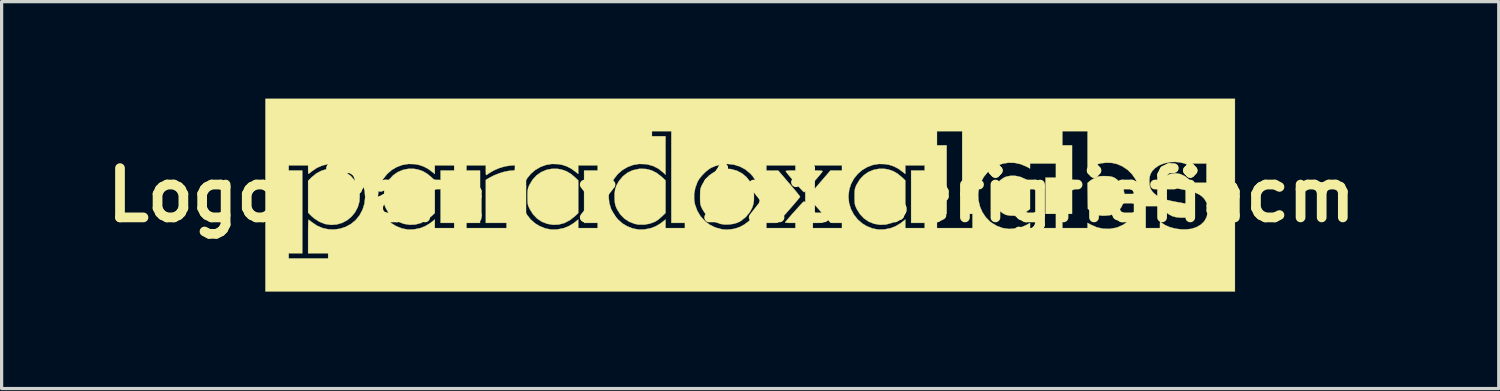
<source format=kicad_pcb>
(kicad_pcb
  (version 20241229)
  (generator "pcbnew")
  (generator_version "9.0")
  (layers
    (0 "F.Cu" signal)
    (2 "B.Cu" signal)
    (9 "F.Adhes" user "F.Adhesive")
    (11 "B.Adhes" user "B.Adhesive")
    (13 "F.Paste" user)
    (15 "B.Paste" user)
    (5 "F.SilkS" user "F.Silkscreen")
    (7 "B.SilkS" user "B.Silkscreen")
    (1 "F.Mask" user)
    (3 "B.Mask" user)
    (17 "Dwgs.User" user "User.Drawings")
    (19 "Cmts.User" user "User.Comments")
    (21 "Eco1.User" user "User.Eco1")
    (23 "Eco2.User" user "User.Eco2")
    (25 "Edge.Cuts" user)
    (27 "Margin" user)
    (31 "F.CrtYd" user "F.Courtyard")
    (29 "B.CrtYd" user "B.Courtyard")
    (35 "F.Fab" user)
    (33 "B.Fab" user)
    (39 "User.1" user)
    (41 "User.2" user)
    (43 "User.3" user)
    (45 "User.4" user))
  (footprint "Logo Paradoxa 1x1 serigriafiacm "
    (layer "F.Cu")
    (at 20.146 2.983)
    (property "Reference" "Logo Paradoxa 1x1 serigriafiacm " (at 0 0 0) (layer "F.SilkS") (effects (font (size 1.524 1.524) (thickness 0.3))))
    (attr through_hole)
    (fp_poly (pts (xy -12.775 -0.804) (xy -12.619 -0.76) (xy -12.473 -0.687) (xy -12.344 -0.586) (xy -12.234 -0.459) (xy -12.148 -0.306) (xy -12.101 -0.169) (xy -12.073 0.016) (xy -12.083 0.196) (xy -12.132 0.369) (xy -12.218 0.531) (xy -12.323 0.66) (xy -12.458 0.774) (xy -12.613 0.857) (xy -12.78 0.906) (xy -12.954 0.92) (xy -13.128 0.896) (xy -13.15 0.891) (xy -13.32 0.824) (xy -13.477 0.724) (xy -13.563 0.649) (xy -13.669 0.542) (xy -13.669 -0.442) (xy -13.563 -0.549) (xy -13.419 -0.667) (xy -13.264 -0.751) (xy -13.102 -0.801) (xy -12.938 -0.818) (xy -12.775 -0.804)) (stroke (width 0.01) (type solid)) (fill yes) (layer "F.SilkS"))
    (fp_poly (pts (xy 8.207 -0.595) (xy 8.36 -0.561) (xy 8.5 -0.498) (xy 8.561 -0.458) (xy 8.652 -0.39) (xy 8.652 0.43) (xy 8.561 0.498) (xy 8.487 0.546) (xy 8.403 0.588) (xy 8.367 0.603) (xy 8.262 0.627) (xy 8.141 0.636) (xy 8.02 0.631) (xy 7.915 0.612) (xy 7.9 0.607) (xy 7.805 0.557) (xy 7.71 0.481) (xy 7.627 0.388) (xy 7.578 0.312) (xy 7.552 0.258) (xy 7.536 0.208) (xy 7.528 0.149) (xy 7.525 0.069) (xy 7.524 0.02) (xy 7.526 -0.074) (xy 7.531 -0.142) (xy 7.543 -0.194) (xy 7.564 -0.245) (xy 7.578 -0.272) (xy 7.649 -0.376) (xy 7.741 -0.468) (xy 7.844 -0.539) (xy 7.908 -0.568) (xy 8.053 -0.598) (xy 8.207 -0.595)) (stroke (width 0.01) (type solid)) (fill yes) (layer "F.SilkS"))
    (fp_poly (pts (xy -10.385 -0.812) (xy -10.261 -0.788) (xy -10.117 -0.737) (xy -9.984 -0.658) (xy -9.857 -0.553) (xy -9.752 -0.454) (xy -9.752 0.554) (xy -9.857 0.653) (xy -10.013 0.776) (xy -10.179 0.862) (xy -10.353 0.909) (xy -10.533 0.917) (xy -10.712 0.887) (xy -10.878 0.823) (xy -11.025 0.724) (xy -11.151 0.593) (xy -11.252 0.431) (xy -11.256 0.422) (xy -11.284 0.364) (xy -11.302 0.316) (xy -11.313 0.267) (xy -11.319 0.207) (xy -11.321 0.125) (xy -11.321 0.05) (xy -11.32 -0.053) (xy -11.317 -0.128) (xy -11.31 -0.184) (xy -11.297 -0.233) (xy -11.275 -0.286) (xy -11.257 -0.325) (xy -11.162 -0.482) (xy -11.04 -0.612) (xy -10.897 -0.712) (xy -10.737 -0.78) (xy -10.565 -0.814) (xy -10.385 -0.812)) (stroke (width 0.01) (type solid)) (fill yes) (layer "F.SilkS"))
    (fp_poly (pts (xy -5.949 -0.812) (xy -5.825 -0.788) (xy -5.681 -0.737) (xy -5.547 -0.658) (xy -5.421 -0.553) (xy -5.316 -0.454) (xy -5.316 0.554) (xy -5.421 0.653) (xy -5.577 0.776) (xy -5.743 0.862) (xy -5.917 0.909) (xy -6.097 0.917) (xy -6.275 0.887) (xy -6.442 0.823) (xy -6.589 0.724) (xy -6.714 0.593) (xy -6.816 0.431) (xy -6.82 0.422) (xy -6.847 0.364) (xy -6.866 0.316) (xy -6.877 0.267) (xy -6.882 0.207) (xy -6.884 0.125) (xy -6.885 0.05) (xy -6.884 -0.053) (xy -6.881 -0.128) (xy -6.874 -0.184) (xy -6.86 -0.233) (xy -6.839 -0.286) (xy -6.82 -0.325) (xy -6.725 -0.482) (xy -6.604 -0.612) (xy -6.461 -0.712) (xy -6.301 -0.78) (xy -6.129 -0.814) (xy -5.949 -0.812)) (stroke (width 0.01) (type solid)) (fill yes) (layer "F.SilkS"))
    (fp_poly (pts (xy 4.163 -0.812) (xy 4.287 -0.788) (xy 4.431 -0.737) (xy 4.565 -0.658) (xy 4.691 -0.553) (xy 4.796 -0.454) (xy 4.796 0.554) (xy 4.691 0.653) (xy 4.535 0.776) (xy 4.369 0.862) (xy 4.196 0.909) (xy 4.015 0.917) (xy 3.837 0.887) (xy 3.67 0.823) (xy 3.523 0.724) (xy 3.398 0.593) (xy 3.296 0.431) (xy 3.292 0.422) (xy 3.265 0.364) (xy 3.246 0.316) (xy 3.235 0.267) (xy 3.23 0.207) (xy 3.228 0.125) (xy 3.227 0.05) (xy 3.228 -0.053) (xy 3.231 -0.128) (xy 3.238 -0.184) (xy 3.252 -0.233) (xy 3.273 -0.286) (xy 3.292 -0.325) (xy 3.387 -0.482) (xy 3.508 -0.612) (xy 3.651 -0.712) (xy 3.811 -0.78) (xy 3.983 -0.814) (xy 4.163 -0.812)) (stroke (width 0.01) (type solid)) (fill yes) (layer "F.SilkS"))
    (fp_poly (pts (xy -3.226 -0.809) (xy -3.055 -0.767) (xy -2.893 -0.686) (xy -2.738 -0.567) (xy -2.723 -0.553) (xy -2.618 -0.454) (xy -2.618 0.553) (xy -2.734 0.664) (xy -2.802 0.724) (xy -2.872 0.778) (xy -2.929 0.815) (xy -2.933 0.817) (xy -3.099 0.881) (xy -3.276 0.913) (xy -3.453 0.911) (xy -3.572 0.888) (xy -3.743 0.822) (xy -3.892 0.723) (xy -4.018 0.594) (xy -4.116 0.438) (xy -4.122 0.425) (xy -4.154 0.352) (xy -4.174 0.286) (xy -4.186 0.214) (xy -4.192 0.12) (xy -4.193 0.098) (xy -4.192 -0.055) (xy -4.174 -0.183) (xy -4.134 -0.299) (xy -4.069 -0.416) (xy -4.052 -0.443) (xy -3.934 -0.584) (xy -3.793 -0.693) (xy -3.632 -0.769) (xy -3.451 -0.809) (xy -3.407 -0.814) (xy -3.226 -0.809)) (stroke (width 0.01) (type solid)) (fill yes) (layer "F.SilkS"))
    (fp_poly (pts (xy 11.099 -0.583) (xy 11.2 -0.563) (xy 11.285 -0.524) (xy 11.366 -0.461) (xy 11.411 -0.417) (xy 11.493 -0.305) (xy 11.546 -0.174) (xy 11.571 -0.032) (xy 11.566 0.114) (xy 11.532 0.254) (xy 11.47 0.381) (xy 11.41 0.455) (xy 11.321 0.536) (xy 11.23 0.589) (xy 11.126 0.62) (xy 10.995 0.634) (xy 10.991 0.634) (xy 10.899 0.636) (xy 10.83 0.631) (xy 10.77 0.617) (xy 10.703 0.591) (xy 10.626 0.554) (xy 10.553 0.511) (xy 10.514 0.483) (xy 10.442 0.425) (xy 10.436 0.025) (xy 10.431 -0.375) (xy 10.496 -0.431) (xy 10.552 -0.471) (xy 10.625 -0.514) (xy 10.672 -0.538) (xy 10.732 -0.563) (xy 10.788 -0.579) (xy 10.854 -0.587) (xy 10.943 -0.589) (xy 10.971 -0.589) (xy 11.099 -0.583)) (stroke (width 0.01) (type solid)) (fill yes) (layer "F.SilkS"))
    (fp_poly (pts (xy -0.63 -0.809) (xy -0.588 -0.803) (xy -0.412 -0.755) (xy -0.253 -0.672) (xy -0.116 -0.558) (xy -0.004 -0.416) (xy 0.045 -0.325) (xy 0.077 -0.252) (xy 0.097 -0.186) (xy 0.109 -0.114) (xy 0.116 -0.02) (xy 0.116 0.002) (xy 0.116 0.155) (xy 0.097 0.283) (xy 0.057 0.399) (xy -0.007 0.516) (xy -0.025 0.542) (xy -0.138 0.679) (xy -0.274 0.788) (xy -0.417 0.86) (xy -0.532 0.891) (xy -0.664 0.908) (xy -0.795 0.909) (xy -0.907 0.893) (xy -0.909 0.893) (xy -1.084 0.828) (xy -1.239 0.73) (xy -1.369 0.602) (xy -1.472 0.446) (xy -1.482 0.426) (xy -1.511 0.366) (xy -1.529 0.317) (xy -1.541 0.268) (xy -1.547 0.208) (xy -1.549 0.127) (xy -1.549 0.05) (xy -1.548 -0.054) (xy -1.545 -0.128) (xy -1.538 -0.185) (xy -1.524 -0.234) (xy -1.503 -0.286) (xy -1.484 -0.326) (xy -1.392 -0.478) (xy -1.272 -0.605) (xy -1.13 -0.704) (xy -0.972 -0.774) (xy -0.803 -0.81) (xy -0.63 -0.809)) (stroke (width 0.01) (type solid)) (fill yes) (layer "F.SilkS"))
    (fp_poly (pts (xy 14.988 2.978) (xy -14.988 2.978) (xy -14.988 -0.919) (xy -14.269 -0.919) (xy -14.269 -0.759) (xy -13.849 -0.759) (xy -13.849 1.799) (xy -14.269 1.799) (xy -14.269 1.958) (xy -13.05 1.958) (xy -13.05 1.799) (xy -13.669 1.799) (xy -13.669 1.279) (xy -13.669 1.14) (xy -13.668 1.014) (xy -13.666 0.908) (xy -13.663 0.827) (xy -13.661 0.776) (xy -13.658 0.759) (xy -13.638 0.771) (xy -13.597 0.802) (xy -13.553 0.837) (xy -13.394 0.945) (xy -13.222 1.018) (xy -13.041 1.058) (xy -12.858 1.064) (xy -12.677 1.038) (xy -12.504 0.98) (xy -12.343 0.892) (xy -12.199 0.773) (xy -12.079 0.626) (xy -11.984 0.448) (xy -11.926 0.26) (xy -11.905 0.067) (xy -11.906 0.05) (xy -11.511 0.05) (xy -11.492 0.243) (xy -11.436 0.427) (xy -11.347 0.598) (xy -11.228 0.749) (xy -11.082 0.877) (xy -10.944 0.96) (xy -10.765 1.031) (xy -10.588 1.065) (xy -10.406 1.062) (xy -10.213 1.024) (xy -10.192 1.018) (xy -10.051 0.962) (xy -9.91 0.878) (xy -9.817 0.807) (xy -9.752 0.754) (xy -9.752 1.019) (xy -9.153 1.019) (xy -9.153 0.859) (xy -9.572 0.859) (xy -9.572 -0.759) (xy -9.153 -0.759) (xy -9.153 -0.919) (xy -8.773 -0.919) (xy -8.773 -0.759) (xy -8.353 -0.759) (xy -8.353 0.859) (xy -8.773 0.859) (xy -8.773 1.019) (xy -7.534 1.019) (xy -7.534 0.859) (xy -8.174 0.859) (xy -8.174 0.05) (xy -7.074 0.05) (xy -7.055 0.243) (xy -6.999 0.427) (xy -6.91 0.598) (xy -6.791 0.749) (xy -6.646 0.877) (xy -6.507 0.96) (xy -6.329 1.031) (xy -6.152 1.065) (xy -5.97 1.062) (xy -5.776 1.024) (xy -5.755 1.018) (xy -5.614 0.962) (xy -5.474 0.878) (xy -5.381 0.807) (xy -5.316 0.754) (xy -5.316 1.019) (xy -4.716 1.019) (xy -4.716 0.859) (xy -5.136 0.859) (xy -5.136 0.05) (xy -4.377 0.05) (xy -4.357 0.243) (xy -4.301 0.427) (xy -4.212 0.598) (xy -4.093 0.749) (xy -3.948 0.877) (xy -3.809 0.96) (xy -3.631 1.031) (xy -3.454 1.065) (xy -3.272 1.062) (xy -3.079 1.024) (xy -3.058 1.018) (xy -2.916 0.962) (xy -2.776 0.878) (xy -2.683 0.807) (xy -2.618 0.754) (xy -2.618 1.019) (xy -2.018 1.019) (xy -2.018 0.859) (xy -2.438 0.859) (xy -2.438 -0.035) (xy -1.733 -0.035) (xy -1.732 0.155) (xy -1.708 0.287) (xy -1.639 0.48) (xy -1.537 0.651) (xy -1.407 0.797) (xy -1.252 0.915) (xy -1.075 1.002) (xy -0.879 1.055) (xy -0.852 1.059) (xy -0.724 1.068) (xy -0.581 1.056) (xy -0.47 1.036) (xy -0.323 0.987) (xy -0.177 0.907) (xy -0.039 0.802) (xy 0.082 0.68) (xy 0.175 0.548) (xy 0.19 0.519) (xy 0.262 0.335) (xy 0.297 0.145) (xy 0.296 -0.047) (xy 0.26 -0.235) (xy 0.189 -0.413) (xy 0.085 -0.576) (xy 0.005 -0.666) (xy -0.148 -0.793) (xy -0.319 -0.885) (xy -0.429 -0.919) (xy 0.5 -0.919) (xy 0.5 -0.759) (xy 0.684 -0.758) (xy 0.869 -0.757) (xy 1.206 -0.363) (xy 1.297 -0.257) (xy 1.379 -0.159) (xy 1.448 -0.076) (xy 1.5 -0.01) (xy 1.533 0.033) (xy 1.543 0.05) (xy 1.531 0.07) (xy 1.495 0.115) (xy 1.439 0.182) (xy 1.368 0.267) (xy 1.283 0.364) (xy 1.196 0.464) (xy 0.849 0.858) (xy 0.674 0.859) (xy 0.5 0.859) (xy 0.5 1.019) (xy 1.399 1.019) (xy 1.399 0.859) (xy 1.239 0.859) (xy 1.165 0.858) (xy 1.109 0.853) (xy 1.081 0.846) (xy 1.079 0.844) (xy 1.092 0.826) (xy 1.127 0.784) (xy 1.179 0.723) (xy 1.244 0.648) (xy 1.318 0.565) (xy 1.395 0.478) (xy 1.471 0.394) (xy 1.541 0.316) (xy 1.601 0.252) (xy 1.638 0.213) (xy 1.651 0.202) (xy 1.665 0.198) (xy 1.684 0.206) (xy 1.712 0.228) (xy 1.752 0.267) (xy 1.808 0.326) (xy 1.884 0.41) (xy 1.966 0.501) (xy 2.051 0.597) (xy 2.127 0.683) (xy 2.189 0.755) (xy 2.233 0.808) (xy 2.256 0.838) (xy 2.258 0.843) (xy 2.24 0.85) (xy 2.191 0.856) (xy 2.121 0.859) (xy 2.098 0.859) (xy 1.938 0.859) (xy 1.938 1.019) (xy 2.838 1.019) (xy 2.838 0.859) (xy 2.663 0.859) (xy 2.488 0.858) (xy 2.142 0.464) (xy 2.049 0.358) (xy 1.965 0.262) (xy 1.894 0.18) (xy 1.839 0.115) (xy 1.804 0.073) (xy 1.792 0.057) (xy 1.797 0.05) (xy 3.038 0.05) (xy 3.057 0.243) (xy 3.113 0.427) (xy 3.202 0.598) (xy 3.321 0.749) (xy 3.466 0.877) (xy 3.605 0.96) (xy 3.783 1.031) (xy 3.96 1.065) (xy 4.142 1.062) (xy 4.336 1.024) (xy 4.357 1.018) (xy 4.498 0.962) (xy 4.639 0.878) (xy 4.731 0.807) (xy 4.796 0.754) (xy 4.796 1.019) (xy 5.396 1.019) (xy 5.396 0.859) (xy 4.976 0.859) (xy 4.976 -0.759) (xy 5.396 -0.759) (xy 5.396 -0.919) (xy 4.796 -0.919) (xy 4.796 -0.654) (xy 4.731 -0.707) (xy 4.586 -0.814) (xy 4.445 -0.888) (xy 4.298 -0.936) (xy 4.173 -0.958) (xy 3.98 -0.964) (xy 3.794 -0.933) (xy 3.621 -0.868) (xy 3.463 -0.775) (xy 3.324 -0.654) (xy 3.209 -0.511) (xy 3.12 -0.348) (xy 3.062 -0.169) (xy 3.038 0.023) (xy 3.038 0.05) (xy 1.797 0.05) (xy 1.804 0.039) (xy 1.838 -0.005) (xy 1.892 -0.071) (xy 1.962 -0.155) (xy 2.045 -0.253) (xy 2.134 -0.358) (xy 2.48 -0.759) (xy 2.838 -0.759) (xy 2.838 -0.919) (xy 1.938 -0.919) (xy 1.938 -0.759) (xy 2.088 -0.759) (xy 2.16 -0.757) (xy 2.213 -0.751) (xy 2.238 -0.743) (xy 2.238 -0.741) (xy 2.226 -0.718) (xy 2.191 -0.672) (xy 2.139 -0.608) (xy 2.074 -0.531) (xy 2.001 -0.446) (xy 1.926 -0.359) (xy 1.852 -0.277) (xy 1.784 -0.203) (xy 1.728 -0.143) (xy 1.688 -0.104) (xy 1.669 -0.09) (xy 1.649 -0.104) (xy 1.609 -0.144) (xy 1.552 -0.204) (xy 1.485 -0.278) (xy 1.411 -0.361) (xy 1.335 -0.447) (xy 1.262 -0.532) (xy 1.198 -0.609) (xy 1.146 -0.673) (xy 1.111 -0.719) (xy 1.099 -0.741) (xy 1.117 -0.75) (xy 1.166 -0.756) (xy 1.235 -0.759) (xy 1.249 -0.759) (xy 1.399 -0.759) (xy 1.399 -0.919) (xy 0.5 -0.919) (xy -0.429 -0.919) (xy -0.502 -0.942) (xy -0.693 -0.964) (xy -0.888 -0.95) (xy -1.082 -0.899) (xy -1.208 -0.845) (xy -1.296 -0.788) (xy -1.392 -0.707) (xy -1.485 -0.613) (xy -1.565 -0.515) (xy -1.622 -0.425) (xy -1.625 -0.42) (xy -1.697 -0.228) (xy -1.733 -0.035) (xy -2.438 -0.035) (xy -2.438 -1.978) (xy 5.775 -1.978) (xy 5.775 -1.539) (xy 6.075 -1.539) (xy 6.075 0.58) (xy 5.775 0.58) (xy 5.775 1.019) (xy 6.875 1.019) (xy 6.875 0.58) (xy 6.555 0.58) (xy 6.555 -0.032) (xy 7.049 -0.032) (xy 7.059 0.161) (xy 7.103 0.349) (xy 7.179 0.525) (xy 7.284 0.684) (xy 7.417 0.819) (xy 7.458 0.851) (xy 7.631 0.954) (xy 7.813 1.02) (xy 8.005 1.046) (xy 8.205 1.033) (xy 8.333 1.006) (xy 8.418 0.978) (xy 8.508 0.94) (xy 8.548 0.92) (xy 8.653 0.863) (xy 8.653 1.019) (xy 9.453 1.019) (xy 9.453 0.58) (xy 9.133 0.58) (xy 9.133 -0.54) (xy 9.453 -0.54) (xy 9.453 -0.979) (xy 8.653 -0.979) (xy 8.653 -0.823) (xy 8.548 -0.88) (xy 8.365 -0.957) (xy 8.179 -0.997) (xy 7.993 -1.003) (xy 7.813 -0.975) (xy 7.642 -0.915) (xy 7.484 -0.827) (xy 7.344 -0.71) (xy 7.226 -0.568) (xy 7.134 -0.402) (xy 7.075 -0.225) (xy 7.049 -0.032) (xy 6.555 -0.032) (xy 6.555 -1.978) (xy 9.652 -1.978) (xy 9.652 -1.539) (xy 9.952 -1.539) (xy 9.952 0.58) (xy 9.652 0.58) (xy 9.652 1.019) (xy 10.432 1.019) (xy 10.432 0.859) (xy 10.537 0.917) (xy 10.721 0.997) (xy 10.915 1.039) (xy 11.113 1.044) (xy 11.309 1.01) (xy 11.359 0.996) (xy 11.532 0.918) (xy 11.687 0.808) (xy 11.82 0.669) (xy 11.926 0.507) (xy 11.995 0.34) (xy 12.23 0.34) (xy 12.23 1.019) (xy 12.67 1.019) (xy 12.67 0.916) (xy 12.671 0.857) (xy 12.676 0.831) (xy 12.689 0.831) (xy 12.705 0.843) (xy 12.827 0.926) (xy 12.976 0.991) (xy 13.143 1.035) (xy 13.318 1.059) (xy 13.491 1.061) (xy 13.655 1.039) (xy 13.798 0.992) (xy 13.8 0.991) (xy 13.938 0.91) (xy 14.042 0.808) (xy 14.111 0.685) (xy 14.147 0.54) (xy 14.152 0.458) (xy 14.149 0.367) (xy 14.134 0.294) (xy 14.104 0.218) (xy 14.1 0.211) (xy 14.044 0.118) (xy 13.971 0.041) (xy 13.877 -0.024) (xy 13.757 -0.078) (xy 13.607 -0.125) (xy 13.423 -0.165) (xy 13.399 -0.17) (xy 13.233 -0.202) (xy 13.102 -0.231) (xy 13.003 -0.258) (xy 12.931 -0.287) (xy 12.881 -0.319) (xy 12.851 -0.357) (xy 12.835 -0.402) (xy 12.83 -0.457) (xy 12.83 -0.469) (xy 12.843 -0.546) (xy 12.885 -0.603) (xy 12.959 -0.643) (xy 13.016 -0.661) (xy 13.156 -0.676) (xy 13.296 -0.652) (xy 13.432 -0.59) (xy 13.562 -0.491) (xy 13.571 -0.482) (xy 13.677 -0.38) (xy 14.109 -0.38) (xy 14.109 -0.979) (xy 13.669 -0.979) (xy 13.669 -0.832) (xy 13.624 -0.875) (xy 13.535 -0.936) (xy 13.417 -0.983) (xy 13.28 -1.014) (xy 13.133 -1.027) (xy 12.984 -1.02) (xy 12.979 -1.019) (xy 12.793 -0.981) (xy 12.636 -0.916) (xy 12.521 -0.836) (xy 12.435 -0.749) (xy 12.38 -0.661) (xy 12.35 -0.561) (xy 12.341 -0.437) (xy 12.341 -0.43) (xy 12.35 -0.3) (xy 12.38 -0.196) (xy 12.435 -0.109) (xy 12.5 -0.043) (xy 12.581 0.02) (xy 12.673 0.072) (xy 12.782 0.117) (xy 12.913 0.156) (xy 13.074 0.192) (xy 13.224 0.22) (xy 13.324 0.237) (xy 13.414 0.255) (xy 13.484 0.27) (xy 13.524 0.282) (xy 13.608 0.33) (xy 13.662 0.397) (xy 13.683 0.476) (xy 13.669 0.559) (xy 13.66 0.579) (xy 13.618 0.634) (xy 13.558 0.672) (xy 13.473 0.692) (xy 13.358 0.697) (xy 13.3 0.695) (xy 13.165 0.681) (xy 13.05 0.649) (xy 12.944 0.593) (xy 12.836 0.51) (xy 12.779 0.457) (xy 12.657 0.34) (xy 12.23 0.34) (xy 11.995 0.34) (xy 12.001 0.325) (xy 12.02 0.255) (xy 12.047 0.059) (xy 12.037 -0.134) (xy 11.991 -0.319) (xy 11.914 -0.491) (xy 11.806 -0.647) (xy 11.671 -0.781) (xy 11.511 -0.889) (xy 11.349 -0.96) (xy 11.188 -0.996) (xy 11.013 -1.003) (xy 10.834 -0.983) (xy 10.663 -0.936) (xy 10.537 -0.878) (xy 10.432 -0.819) (xy 10.432 -1.978) (xy 9.652 -1.978) (xy 6.555 -1.978) (xy 5.775 -1.978) (xy -2.438 -1.978) (xy -3.038 -1.978) (xy -3.038 -1.819) (xy -2.618 -1.819) (xy -2.618 -0.631) (xy -2.693 -0.702) (xy -2.837 -0.817) (xy -2.991 -0.897) (xy -3.165 -0.946) (xy -3.242 -0.958) (xy -3.435 -0.964) (xy -3.62 -0.933) (xy -3.793 -0.868) (xy -3.951 -0.775) (xy -4.09 -0.654) (xy -4.205 -0.511) (xy -4.294 -0.348) (xy -4.352 -0.169) (xy -4.376 0.022) (xy -4.377 0.05) (xy -5.136 0.05) (xy -5.136 -0.759) (xy -4.716 -0.759) (xy -4.716 -0.919) (xy -5.316 -0.919) (xy -5.316 -0.654) (xy -5.381 -0.707) (xy -5.526 -0.814) (xy -5.667 -0.888) (xy -5.814 -0.936) (xy -5.939 -0.958) (xy -6.132 -0.964) (xy -6.318 -0.933) (xy -6.491 -0.868) (xy -6.649 -0.775) (xy -6.788 -0.654) (xy -6.903 -0.511) (xy -6.992 -0.348) (xy -7.05 -0.169) (xy -7.074 0.023) (xy -7.074 0.05) (xy -8.174 0.05) (xy -8.174 -0.47) (xy -8.069 -0.533) (xy -7.926 -0.607) (xy -7.769 -0.671) (xy -7.609 -0.72) (xy -7.459 -0.75) (xy -7.345 -0.759) (xy -7.3 -0.762) (xy -7.28 -0.776) (xy -7.275 -0.813) (xy -7.274 -0.842) (xy -7.274 -0.925) (xy -7.419 -0.914) (xy -7.586 -0.888) (xy -7.76 -0.836) (xy -7.925 -0.765) (xy -8.027 -0.707) (xy -8.09 -0.666) (xy -8.138 -0.635) (xy -8.164 -0.62) (xy -8.167 -0.62) (xy -8.17 -0.638) (xy -8.172 -0.686) (xy -8.174 -0.755) (xy -8.174 -0.769) (xy -8.174 -0.919) (xy -8.773 -0.919) (xy -9.153 -0.919) (xy -9.752 -0.919) (xy -9.752 -0.654) (xy -9.817 -0.707) (xy -9.963 -0.814) (xy -10.104 -0.888) (xy -10.251 -0.936) (xy -10.376 -0.958) (xy -10.569 -0.964) (xy -10.754 -0.933) (xy -10.928 -0.868) (xy -11.086 -0.775) (xy -11.224 -0.654) (xy -11.34 -0.511) (xy -11.429 -0.348) (xy -11.487 -0.169) (xy -11.511 0.023) (xy -11.511 0.05) (xy -11.906 0.05) (xy -11.92 -0.128) (xy -11.972 -0.317) (xy -12.06 -0.496) (xy -12.079 -0.526) (xy -12.2 -0.674) (xy -12.343 -0.792) (xy -12.505 -0.881) (xy -12.678 -0.938) (xy -12.859 -0.964) (xy -13.042 -0.958) (xy -13.222 -0.918) (xy -13.395 -0.845) (xy -13.553 -0.737) (xy -13.604 -0.696) (xy -13.642 -0.668) (xy -13.658 -0.659) (xy -13.664 -0.678) (xy -13.668 -0.725) (xy -13.669 -0.789) (xy -13.669 -0.919) (xy -14.269 -0.919) (xy -14.988 -0.919) (xy -14.988 -2.978) (xy 14.988 -2.978) (xy 14.988 2.978)) (stroke (width 0.01) (type solid)) (fill yes) (layer "F.SilkS")))
  (gr_rect
    (start -3 -3)
    (end 43.292 8.965)
    (stroke (width 0.1) (type default))
    (fill no)
    (layer "Edge.Cuts")))
</source>
